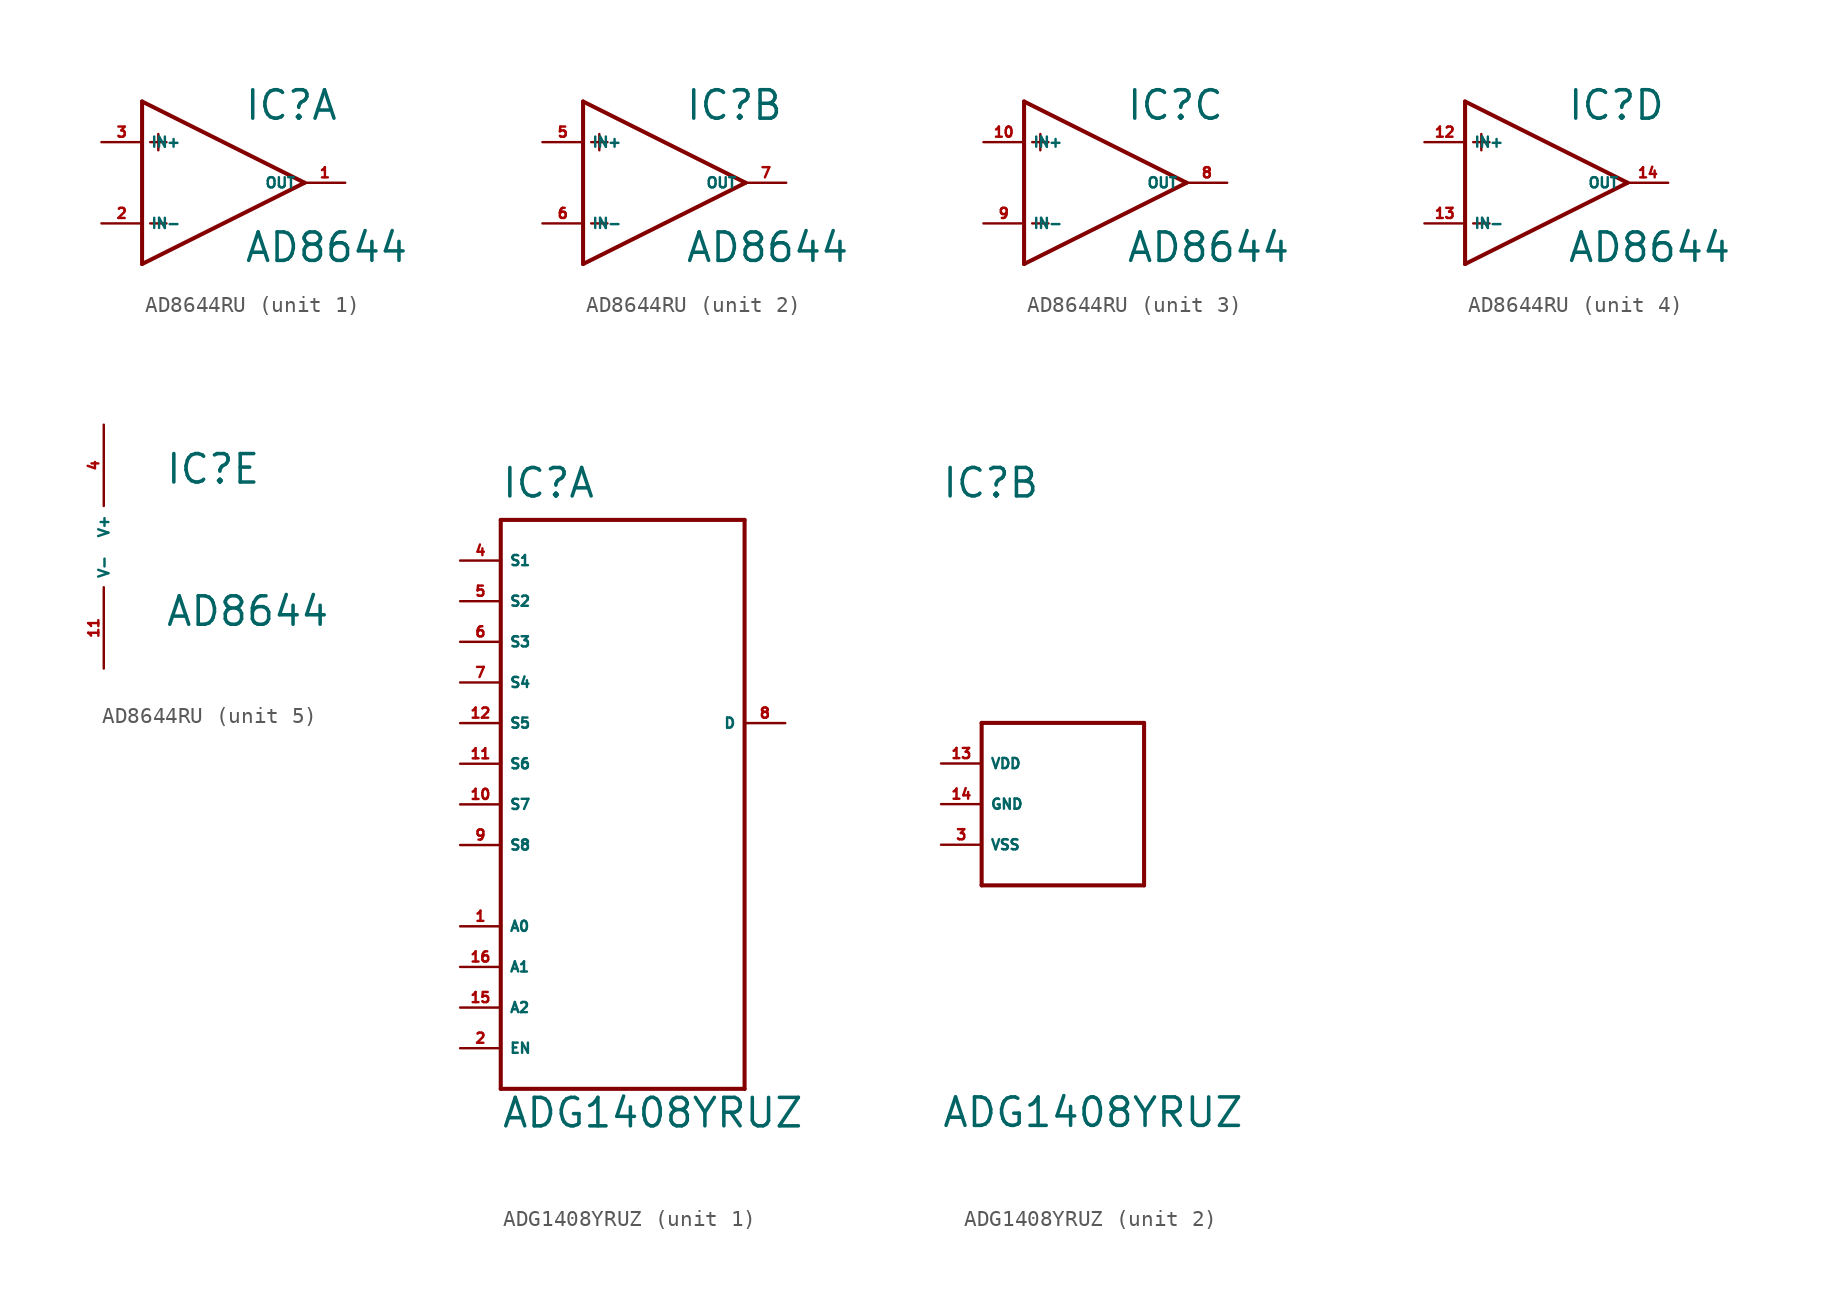
<source format=kicad_sym>
(kicad_symbol_lib
  (version 20220914)
  (generator Eagle2Kicad)
  (symbol "AD8644RU"
    (property "Reference" "IC"
      (at 3.81 3.81 0)
      (effects (font (size 1.778 1.778) (thickness 0.22)) (justify left bottom)))
    (property "Value" "AD8644"
      (at 3.81 -5.08 0)
      (effects (font (size 1.778 1.778) (thickness 0.22)) (justify left bottom)))
    (symbol "AD8644RU_1_0"
      (polyline (pts (xy -2.54 5.08) (xy -2.54 -5.08)) (stroke (width 0.254) (type default)) (fill (type none)))
      (polyline (pts (xy -2.54 -5.08) (xy 7.62 0)) (stroke (width 0.254) (type default)) (fill (type none)))
      (polyline (pts (xy 7.62 0) (xy -2.54 5.08)) (stroke (width 0.254) (type default)) (fill (type none)))
      (polyline (pts (xy -2.032 2.54) (xy -1.016 2.54)) (stroke (width 0.152) (type default)) (fill (type none)))
      (polyline (pts (xy -1.524 3.048) (xy -1.524 2.032)) (stroke (width 0.152) (type default)) (fill (type none)))
      (polyline (pts (xy -2.032 -2.54) (xy -1.016 -2.54)) (stroke (width 0.152) (type default)) (fill (type none)))
      (pin input line (at -5.08 2.54 0) (length 2.54) (name "IN+" (effects (font (size 0.635 0.635) (thickness 0.08)) (justify left bottom))) (number "3" (effects (font (size 0.635 0.635) (thickness 0.08)) (justify left bottom))))
      (pin input line (at -5.08 -2.54 0) (length 2.54) (name "IN-" (effects (font (size 0.635 0.635) (thickness 0.08)) (justify left bottom))) (number "2" (effects (font (size 0.635 0.635) (thickness 0.08)) (justify left bottom))))
      (pin output line (at 10.16 0 180) (length 2.54) (name "OUT" (effects (font (size 0.635 0.635) (thickness 0.08)) (justify left bottom))) (number "1" (effects (font (size 0.635 0.635) (thickness 0.08)) (justify left bottom)))))
    (symbol "AD8644RU_2_0"
      (polyline (pts (xy -2.54 5.08) (xy -2.54 -5.08)) (stroke (width 0.254) (type default)) (fill (type none)))
      (polyline (pts (xy -2.54 -5.08) (xy 7.62 0)) (stroke (width 0.254) (type default)) (fill (type none)))
      (polyline (pts (xy 7.62 0) (xy -2.54 5.08)) (stroke (width 0.254) (type default)) (fill (type none)))
      (polyline (pts (xy -2.032 2.54) (xy -1.016 2.54)) (stroke (width 0.152) (type default)) (fill (type none)))
      (polyline (pts (xy -1.524 3.048) (xy -1.524 2.032)) (stroke (width 0.152) (type default)) (fill (type none)))
      (polyline (pts (xy -2.032 -2.54) (xy -1.016 -2.54)) (stroke (width 0.152) (type default)) (fill (type none)))
      (pin input line (at -5.08 2.54 0) (length 2.54) (name "IN+" (effects (font (size 0.635 0.635) (thickness 0.08)) (justify left bottom))) (number "5" (effects (font (size 0.635 0.635) (thickness 0.08)) (justify left bottom))))
      (pin input line (at -5.08 -2.54 0) (length 2.54) (name "IN-" (effects (font (size 0.635 0.635) (thickness 0.08)) (justify left bottom))) (number "6" (effects (font (size 0.635 0.635) (thickness 0.08)) (justify left bottom))))
      (pin output line (at 10.16 0 180) (length 2.54) (name "OUT" (effects (font (size 0.635 0.635) (thickness 0.08)) (justify left bottom))) (number "7" (effects (font (size 0.635 0.635) (thickness 0.08)) (justify left bottom)))))
    (symbol "AD8644RU_3_0"
      (polyline (pts (xy -2.54 5.08) (xy -2.54 -5.08)) (stroke (width 0.254) (type default)) (fill (type none)))
      (polyline (pts (xy -2.54 -5.08) (xy 7.62 0)) (stroke (width 0.254) (type default)) (fill (type none)))
      (polyline (pts (xy 7.62 0) (xy -2.54 5.08)) (stroke (width 0.254) (type default)) (fill (type none)))
      (polyline (pts (xy -2.032 2.54) (xy -1.016 2.54)) (stroke (width 0.152) (type default)) (fill (type none)))
      (polyline (pts (xy -1.524 3.048) (xy -1.524 2.032)) (stroke (width 0.152) (type default)) (fill (type none)))
      (polyline (pts (xy -2.032 -2.54) (xy -1.016 -2.54)) (stroke (width 0.152) (type default)) (fill (type none)))
      (pin input line (at -5.08 2.54 0) (length 2.54) (name "IN+" (effects (font (size 0.635 0.635) (thickness 0.08)) (justify left bottom))) (number "10" (effects (font (size 0.635 0.635) (thickness 0.08)) (justify left bottom))))
      (pin input line (at -5.08 -2.54 0) (length 2.54) (name "IN-" (effects (font (size 0.635 0.635) (thickness 0.08)) (justify left bottom))) (number "9" (effects (font (size 0.635 0.635) (thickness 0.08)) (justify left bottom))))
      (pin output line (at 10.16 0 180) (length 2.54) (name "OUT" (effects (font (size 0.635 0.635) (thickness 0.08)) (justify left bottom))) (number "8" (effects (font (size 0.635 0.635) (thickness 0.08)) (justify left bottom)))))
    (symbol "AD8644RU_4_0"
      (polyline (pts (xy -2.54 5.08) (xy -2.54 -5.08)) (stroke (width 0.254) (type default)) (fill (type none)))
      (polyline (pts (xy -2.54 -5.08) (xy 7.62 0)) (stroke (width 0.254) (type default)) (fill (type none)))
      (polyline (pts (xy 7.62 0) (xy -2.54 5.08)) (stroke (width 0.254) (type default)) (fill (type none)))
      (polyline (pts (xy -2.032 2.54) (xy -1.016 2.54)) (stroke (width 0.152) (type default)) (fill (type none)))
      (polyline (pts (xy -1.524 3.048) (xy -1.524 2.032)) (stroke (width 0.152) (type default)) (fill (type none)))
      (polyline (pts (xy -2.032 -2.54) (xy -1.016 -2.54)) (stroke (width 0.152) (type default)) (fill (type none)))
      (pin input line (at -5.08 2.54 0) (length 2.54) (name "IN+" (effects (font (size 0.635 0.635) (thickness 0.08)) (justify left bottom))) (number "12" (effects (font (size 0.635 0.635) (thickness 0.08)) (justify left bottom))))
      (pin input line (at -5.08 -2.54 0) (length 2.54) (name "IN-" (effects (font (size 0.635 0.635) (thickness 0.08)) (justify left bottom))) (number "13" (effects (font (size 0.635 0.635) (thickness 0.08)) (justify left bottom))))
      (pin output line (at 10.16 0 180) (length 2.54) (name "OUT" (effects (font (size 0.635 0.635) (thickness 0.08)) (justify left bottom))) (number "14" (effects (font (size 0.635 0.635) (thickness 0.08)) (justify left bottom)))))
    (symbol "AD8644RU_5_0"
      (pin unspecified line (at 0 7.62 270) (length 5.08) (name "V+" (effects (font (size 0.635 0.635) (thickness 0.08)) (justify left bottom))) (number "4" (effects (font (size 0.635 0.635) (thickness 0.08)) (justify left bottom))))
      (pin unspecified line (at 0 -7.62 90) (length 5.08) (name "V-" (effects (font (size 0.635 0.635) (thickness 0.08)) (justify left bottom))) (number "11" (effects (font (size 0.635 0.635) (thickness 0.08)) (justify left bottom))))))
  (symbol "ADG1408YRUZ"
    (property "Reference" "IC"
      (at -7.62 19.05 0)
      (effects (font (size 1.778 1.778) (thickness 0.22)) (justify left bottom)))
    (property "Value" "ADG1408YRUZ"
      (at -7.62 -20.32 0)
      (effects (font (size 1.778 1.778) (thickness 0.22)) (justify left bottom)))
    (symbol "ADG1408YRUZ_1_0"
      (polyline (pts (xy -7.62 17.78) (xy 7.62 17.78)) (stroke (width 0.254) (type default)) (fill (type none)))
      (polyline (pts (xy 7.62 17.78) (xy 7.62 -17.78)) (stroke (width 0.254) (type default)) (fill (type none)))
      (polyline (pts (xy 7.62 -17.78) (xy -7.62 -17.78)) (stroke (width 0.254) (type default)) (fill (type none)))
      (polyline (pts (xy -7.62 -17.78) (xy -7.62 17.78)) (stroke (width 0.254) (type default)) (fill (type none)))
      (pin bidirectional line (at -10.16 15.24 0) (length 2.54) (name "S1" (effects (font (size 0.635 0.635) (thickness 0.08)) (justify left bottom))) (number "4" (effects (font (size 0.635 0.635) (thickness 0.08)) (justify left bottom))))
      (pin bidirectional line (at -10.16 12.7 0) (length 2.54) (name "S2" (effects (font (size 0.635 0.635) (thickness 0.08)) (justify left bottom))) (number "5" (effects (font (size 0.635 0.635) (thickness 0.08)) (justify left bottom))))
      (pin bidirectional line (at -10.16 10.16 0) (length 2.54) (name "S3" (effects (font (size 0.635 0.635) (thickness 0.08)) (justify left bottom))) (number "6" (effects (font (size 0.635 0.635) (thickness 0.08)) (justify left bottom))))
      (pin bidirectional line (at -10.16 7.62 0) (length 2.54) (name "S4" (effects (font (size 0.635 0.635) (thickness 0.08)) (justify left bottom))) (number "7" (effects (font (size 0.635 0.635) (thickness 0.08)) (justify left bottom))))
      (pin bidirectional line (at -10.16 5.08 0) (length 2.54) (name "S5" (effects (font (size 0.635 0.635) (thickness 0.08)) (justify left bottom))) (number "12" (effects (font (size 0.635 0.635) (thickness 0.08)) (justify left bottom))))
      (pin bidirectional line (at -10.16 2.54 0) (length 2.54) (name "S6" (effects (font (size 0.635 0.635) (thickness 0.08)) (justify left bottom))) (number "11" (effects (font (size 0.635 0.635) (thickness 0.08)) (justify left bottom))))
      (pin bidirectional line (at -10.16 0 0) (length 2.54) (name "S7" (effects (font (size 0.635 0.635) (thickness 0.08)) (justify left bottom))) (number "10" (effects (font (size 0.635 0.635) (thickness 0.08)) (justify left bottom))))
      (pin bidirectional line (at -10.16 -2.54 0) (length 2.54) (name "S8" (effects (font (size 0.635 0.635) (thickness 0.08)) (justify left bottom))) (number "9" (effects (font (size 0.635 0.635) (thickness 0.08)) (justify left bottom))))
      (pin bidirectional line (at 10.16 5.08 180) (length 2.54) (name "D" (effects (font (size 0.635 0.635) (thickness 0.08)) (justify left bottom))) (number "8" (effects (font (size 0.635 0.635) (thickness 0.08)) (justify left bottom))))
      (pin input line (at -10.16 -7.62 0) (length 2.54) (name "A0" (effects (font (size 0.635 0.635) (thickness 0.08)) (justify left bottom))) (number "1" (effects (font (size 0.635 0.635) (thickness 0.08)) (justify left bottom))))
      (pin input line (at -10.16 -10.16 0) (length 2.54) (name "A1" (effects (font (size 0.635 0.635) (thickness 0.08)) (justify left bottom))) (number "16" (effects (font (size 0.635 0.635) (thickness 0.08)) (justify left bottom))))
      (pin input line (at -10.16 -12.7 0) (length 2.54) (name "A2" (effects (font (size 0.635 0.635) (thickness 0.08)) (justify left bottom))) (number "15" (effects (font (size 0.635 0.635) (thickness 0.08)) (justify left bottom))))
      (pin input line (at -10.16 -15.24 0) (length 2.54) (name "EN" (effects (font (size 0.635 0.635) (thickness 0.08)) (justify left bottom))) (number "2" (effects (font (size 0.635 0.635) (thickness 0.08)) (justify left bottom)))))
    (symbol "ADG1408YRUZ_2_0"
      (polyline (pts (xy -5.08 5.08) (xy 5.08 5.08)) (stroke (width 0.254) (type default)) (fill (type none)))
      (polyline (pts (xy 5.08 5.08) (xy 5.08 -5.08)) (stroke (width 0.254) (type default)) (fill (type none)))
      (polyline (pts (xy 5.08 -5.08) (xy -5.08 -5.08)) (stroke (width 0.254) (type default)) (fill (type none)))
      (polyline (pts (xy -5.08 -5.08) (xy -5.08 5.08)) (stroke (width 0.254) (type default)) (fill (type none)))
      (pin unspecified line (at -7.62 -2.54 0) (length 2.54) (name "VSS" (effects (font (size 0.635 0.635) (thickness 0.08)) (justify left bottom))) (number "3" (effects (font (size 0.635 0.635) (thickness 0.08)) (justify left bottom))))
      (pin unspecified line (at -7.62 0 0) (length 2.54) (name "GND" (effects (font (size 0.635 0.635) (thickness 0.08)) (justify left bottom))) (number "14" (effects (font (size 0.635 0.635) (thickness 0.08)) (justify left bottom))))
      (pin unspecified line (at -7.62 2.54 0) (length 2.54) (name "VDD" (effects (font (size 0.635 0.635) (thickness 0.08)) (justify left bottom))) (number "13" (effects (font (size 0.635 0.635) (thickness 0.08)) (justify left bottom)))))))
</source>
